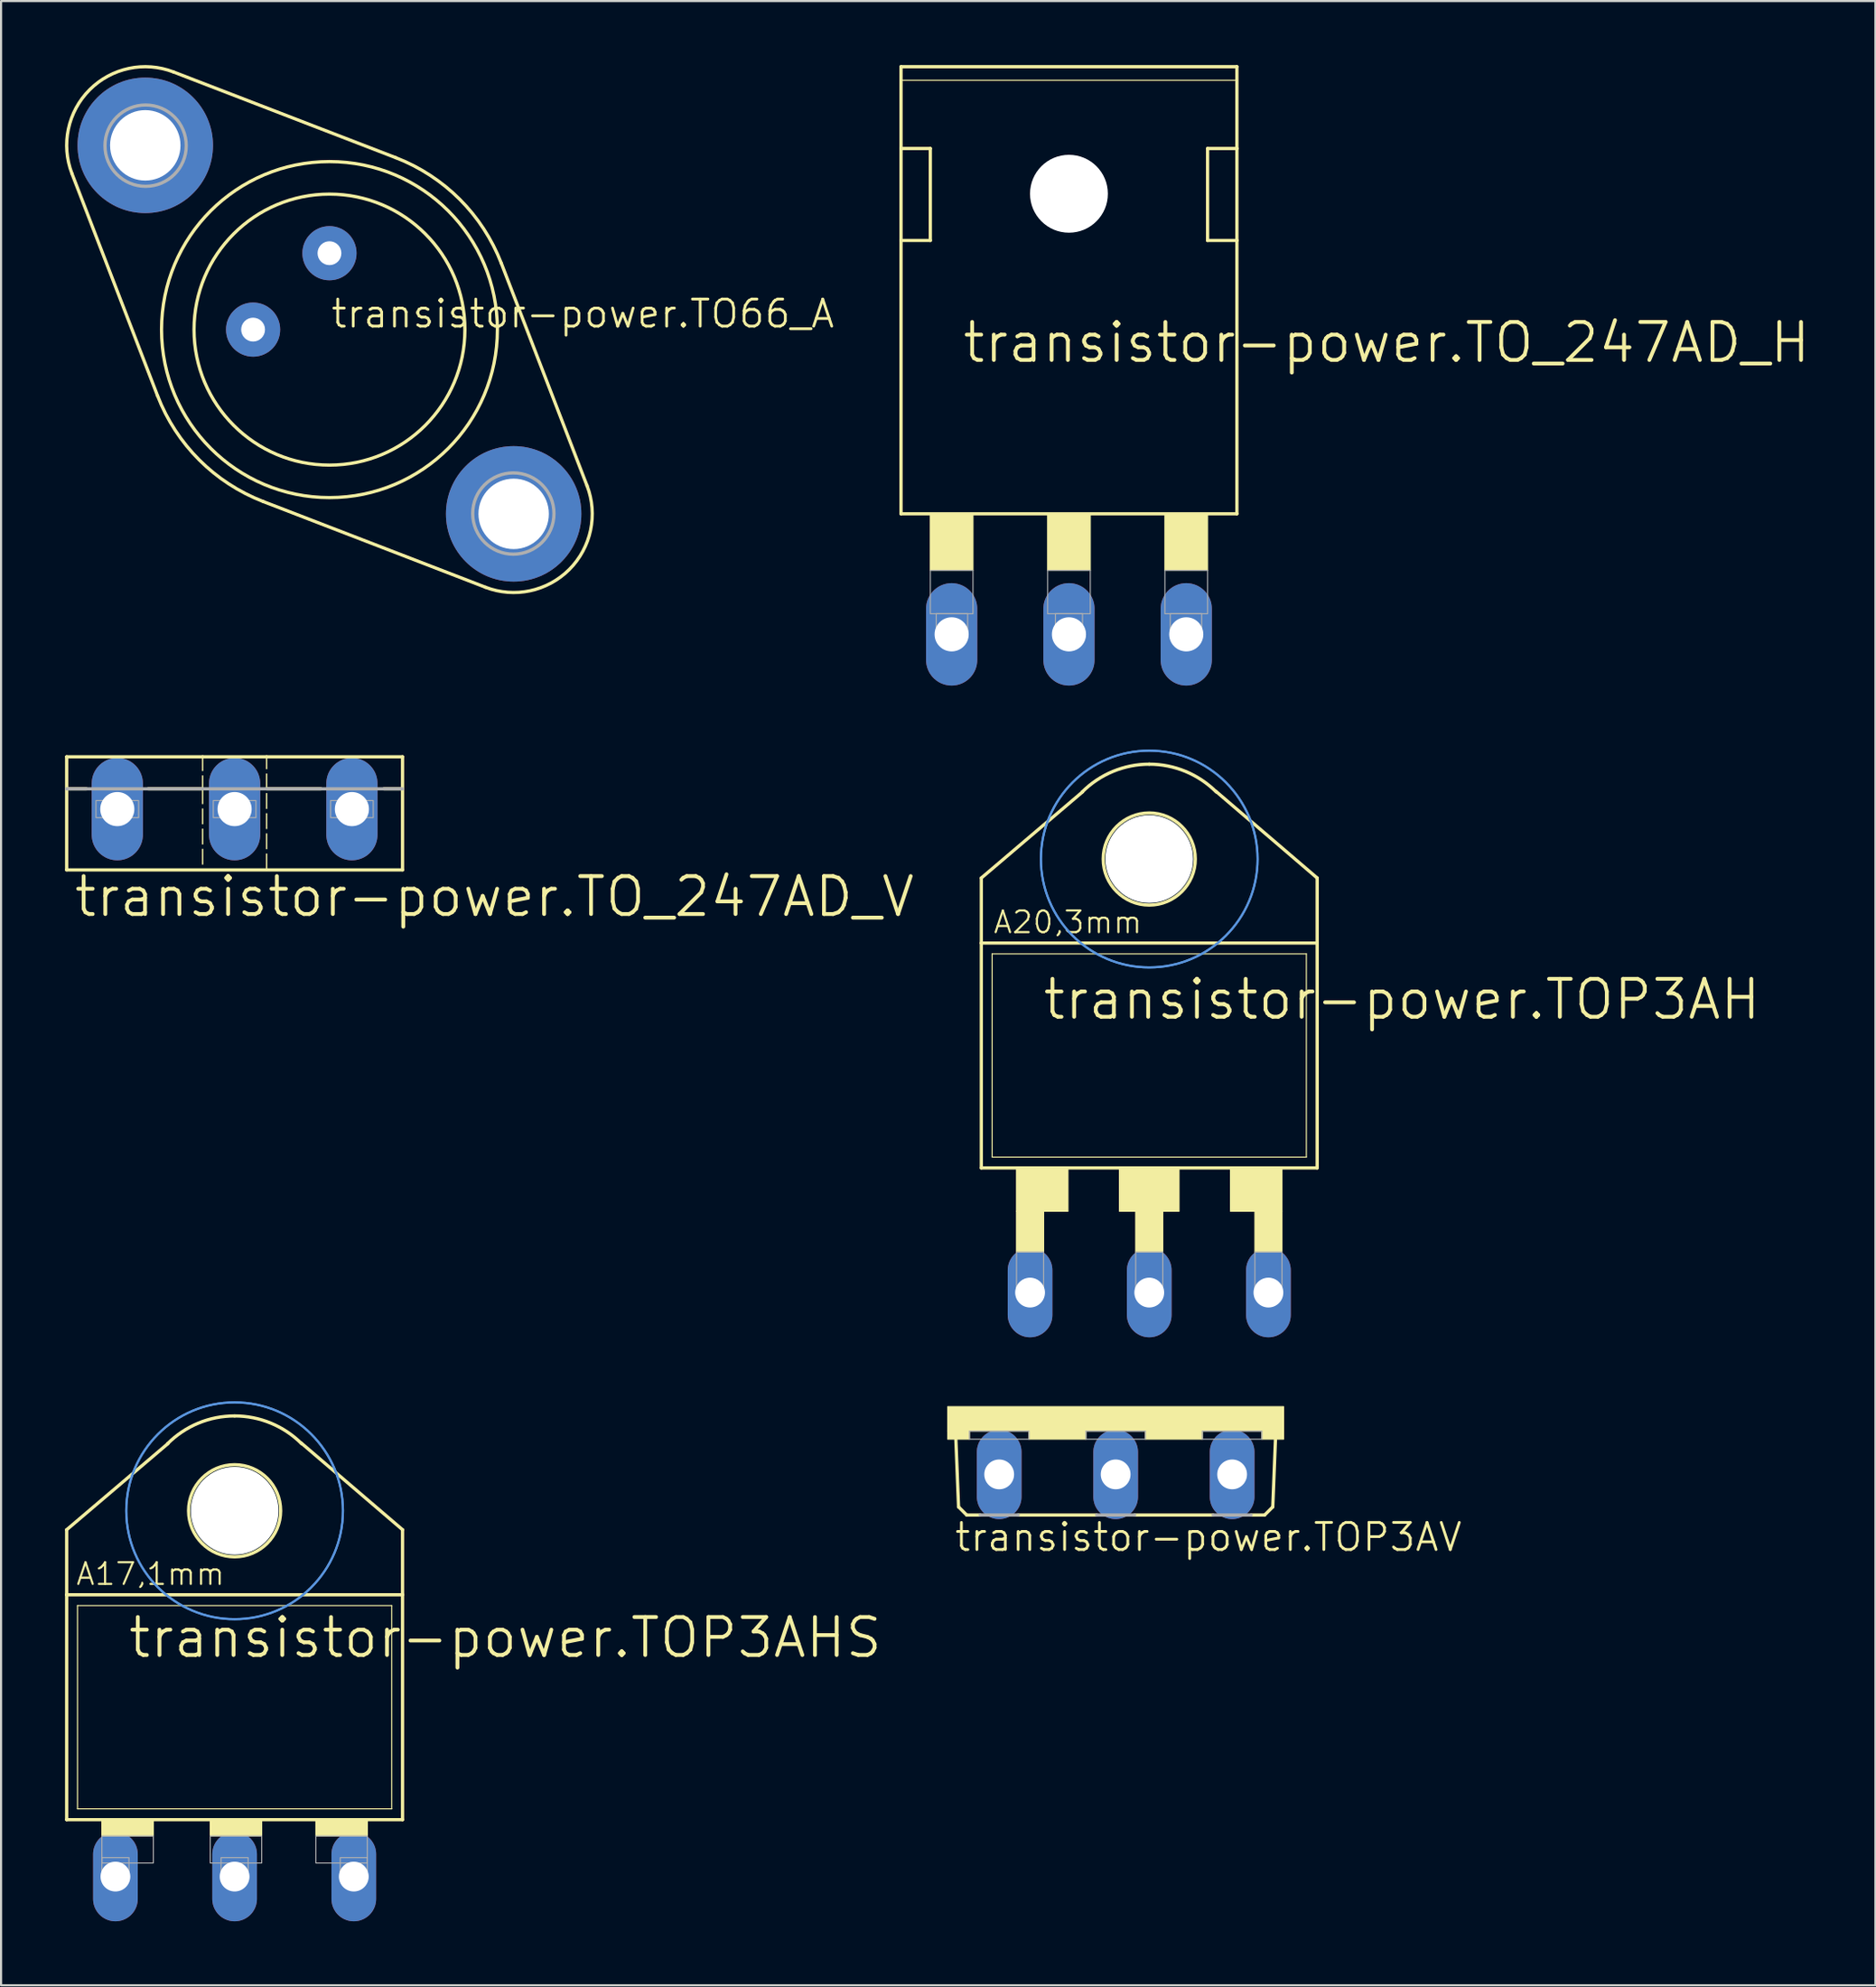
<source format=kicad_pcb>
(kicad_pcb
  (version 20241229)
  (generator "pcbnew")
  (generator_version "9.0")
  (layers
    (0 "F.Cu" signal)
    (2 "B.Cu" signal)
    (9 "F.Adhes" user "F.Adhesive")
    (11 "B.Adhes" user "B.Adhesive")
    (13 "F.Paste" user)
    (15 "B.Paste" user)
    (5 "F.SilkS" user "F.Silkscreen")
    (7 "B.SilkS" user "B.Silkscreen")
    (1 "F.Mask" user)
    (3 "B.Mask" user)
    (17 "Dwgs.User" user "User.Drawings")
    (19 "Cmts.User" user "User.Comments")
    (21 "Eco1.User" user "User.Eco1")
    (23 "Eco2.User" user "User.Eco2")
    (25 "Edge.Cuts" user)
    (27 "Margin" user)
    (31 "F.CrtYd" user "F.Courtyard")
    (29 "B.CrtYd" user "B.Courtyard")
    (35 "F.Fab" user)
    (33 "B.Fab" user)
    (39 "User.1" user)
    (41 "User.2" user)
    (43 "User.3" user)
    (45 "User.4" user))
  (footprint "transistor-power.TOP3AHS"
    (layer "F.Cu")
    (at 7.95 79.822)
    (property "Reference" "transistor-power.TOP3AHS" (at -5.08 -5.08 0) (layer "F.SilkS") (effects (font (size 1.778 1.778) (thickness 0.18)) (justify left bottom)))
    (attr through_hole)
    (fp_line (start -7.874 -11.176) (end -3.124 -15.215) (stroke (width 0.152) (type default)) (layer "F.SilkS"))
    (fp_line (start -7.874 -8.128) (end -7.874 -11.176) (stroke (width 0.152) (type default)) (layer "F.SilkS"))
    (fp_line (start -7.874 2.413) (end -7.874 -8.128) (stroke (width 0.152) (type default)) (layer "F.SilkS"))
    (fp_line (start -7.874 2.413) (end 7.874 2.413) (stroke (width 0.152) (type default)) (layer "F.SilkS"))
    (fp_line (start -7.366 1.905) (end -7.366 -7.62) (stroke (width 0.051) (type default)) (layer "F.SilkS"))
    (fp_line (start -7.366 1.905) (end 7.366 1.905) (stroke (width 0.051) (type default)) (layer "F.SilkS"))
    (fp_line (start 7.366 -7.62) (end -7.366 -7.62) (stroke (width 0.051) (type default)) (layer "F.SilkS"))
    (fp_line (start 7.366 -7.62) (end 7.366 1.905) (stroke (width 0.051) (type default)) (layer "F.SilkS"))
    (fp_line (start 7.874 -11.176) (end 3.124 -15.24) (stroke (width 0.152) (type default)) (layer "F.SilkS"))
    (fp_line (start 7.874 -8.128) (end -7.874 -8.128) (stroke (width 0.152) (type default)) (layer "F.SilkS"))
    (fp_line (start 7.874 -8.128) (end 7.874 -11.176) (stroke (width 0.152) (type default)) (layer "F.SilkS"))
    (fp_line (start 7.874 -8.128) (end 7.874 2.413) (stroke (width 0.152) (type default)) (layer "F.SilkS"))
    (fp_rect (start -6.223 3.175) (end -3.81 2.413) (stroke (width 0.05) (type default)) (fill yes) (layer "F.SilkS"))
    (fp_rect (start -1.143 3.175) (end 1.27 2.413) (stroke (width 0.05) (type default)) (fill yes) (layer "F.SilkS"))
    (fp_rect (start 3.81 3.175) (end 6.223 2.413) (stroke (width 0.05) (type default)) (fill yes) (layer "F.SilkS"))
    (fp_arc (start -3.1431 -15.2081) (mid -1.701032 -16.171651) (end 0 -16.51) (stroke (width 0.1524) (type default)) (layer "F.SilkS"))
    (fp_arc (start 0 -16.51) (mid 1.701032 -16.171651) (end 3.1431 -15.2081) (stroke (width 0.1524) (type default)) (layer "F.SilkS"))
    (fp_circle (center 0 -12.065) (end 2.159 -12.065) (stroke (width 0.152) (type default)) (fill no) (layer "F.SilkS"))
    (fp_circle (center 0 -12.065) (end 5.08 -12.065) (stroke (width 0.1) (type default)) (fill no) (layer "Cmts.User"))
    (fp_circle (center 0 -12.065) (end 5.08 -12.065) (stroke (width 0.1) (type default)) (fill no) (layer "Cmts.User"))
    (fp_rect (start -6.223 4.445) (end -3.81 3.175) (stroke (width 0.05) (type default)) (fill no) (layer "F.Fab"))
    (fp_rect (start -6.223 5.08) (end -4.953 4.191) (stroke (width 0.05) (type default)) (fill no) (layer "F.Fab"))
    (fp_rect (start -1.143 4.445) (end 1.27 3.175) (stroke (width 0.05) (type default)) (fill no) (layer "F.Fab"))
    (fp_rect (start -0.635 5.08) (end 0.635 4.191) (stroke (width 0.05) (type default)) (fill no) (layer "F.Fab"))
    (fp_rect (start 3.81 4.445) (end 6.223 3.175) (stroke (width 0.05) (type default)) (fill no) (layer "F.Fab"))
    (fp_rect (start 4.953 5.08) (end 6.223 4.191) (stroke (width 0.05) (type default)) (fill no) (layer "F.Fab"))
    (fp_text user "A17,1mm" (at -7.493 -8.509 0) (layer "F.SilkS") (effects (font (size 1.016 1.016) (thickness 0.1)) (justify left bottom)))
    (pad "" np_thru_hole circle (at 0 -12.065) (size 4.115 4.115) (drill 4.115) (layers "*.Cu" "*.Mask"))
    (pad "B" thru_hole oval (at -5.588 5.08 90) (size 4.191 2.095) (drill 1.397) (layers "*.Cu" "*.Mask"))
    (pad "C" thru_hole oval (at 0 5.08 90) (size 4.191 2.095) (drill 1.397) (layers "*.Cu" "*.Mask"))
    (pad "E" thru_hole oval (at 5.588 5.08 90) (size 4.191 2.095) (drill 1.397) (layers "*.Cu" "*.Mask")))
  (footprint "transistor-power.TO_247AD_H"
    (layer "F.Cu")
    (at 47.07 6.031)
    (property "Reference" "transistor-power.TO_247AD_H" (at -5.08 8.015 0) (layer "F.SilkS") (effects (font (size 1.778 1.778) (thickness 0.18)) (justify left bottom)))
    (attr through_hole)
    (fp_line (start -7.874 -2.121) (end -7.874 -5.955) (stroke (width 0.152) (type default)) (layer "F.SilkS"))
    (fp_line (start -7.874 -2.121) (end -6.5 -2.121) (stroke (width 0.152) (type default)) (layer "F.SilkS"))
    (fp_line (start -7.874 2.189) (end -7.874 -2.121) (stroke (width 0.152) (type default)) (layer "F.SilkS"))
    (fp_line (start -7.874 15) (end -7.874 2.189) (stroke (width 0.152) (type default)) (layer "F.SilkS"))
    (fp_line (start -7.874 15) (end 7.874 15) (stroke (width 0.152) (type default)) (layer "F.SilkS"))
    (fp_line (start -6.5 -2.121) (end -6.5 2.189) (stroke (width 0.152) (type default)) (layer "F.SilkS"))
    (fp_line (start -6.5 2.189) (end -7.874 2.189) (stroke (width 0.152) (type default)) (layer "F.SilkS"))
    (fp_line (start 6.5 -2.121) (end 6.5 2.189) (stroke (width 0.152) (type default)) (layer "F.SilkS"))
    (fp_line (start 6.5 2.189) (end 7.874 2.189) (stroke (width 0.152) (type default)) (layer "F.SilkS"))
    (fp_line (start 7.82 -5.32) (end -7.82 -5.32) (stroke (width 0.051) (type default)) (layer "F.SilkS"))
    (fp_line (start 7.874 -5.955) (end -7.874 -5.955) (stroke (width 0.152) (type default)) (layer "F.SilkS"))
    (fp_line (start 7.874 -5.955) (end 7.874 -2.121) (stroke (width 0.152) (type default)) (layer "F.SilkS"))
    (fp_line (start 7.874 -2.121) (end 6.5 -2.121) (stroke (width 0.152) (type default)) (layer "F.SilkS"))
    (fp_line (start 7.874 -2.121) (end 7.874 2.189) (stroke (width 0.152) (type default)) (layer "F.SilkS"))
    (fp_line (start 7.874 2.189) (end 7.874 15) (stroke (width 0.152) (type default)) (layer "F.SilkS"))
    (fp_rect (start -6.5 17.65) (end -4.5 15) (stroke (width 0.05) (type default)) (fill yes) (layer "F.SilkS"))
    (fp_rect (start -1 17.65) (end 1 15) (stroke (width 0.05) (type default)) (fill yes) (layer "F.SilkS"))
    (fp_rect (start 4.5 17.65) (end 6.5 15) (stroke (width 0.05) (type default)) (fill yes) (layer "F.SilkS"))
    (fp_rect (start -6.5 19.683) (end -4.5 17.65) (stroke (width 0.05) (type default)) (fill no) (layer "F.Fab"))
    (fp_rect (start -6.223 20.65) (end -4.75 19.683) (stroke (width 0.05) (type default)) (fill no) (layer "F.Fab"))
    (fp_rect (start -1 19.683) (end 1 17.651) (stroke (width 0.05) (type default)) (fill no) (layer "F.Fab"))
    (fp_rect (start -0.635 20.65) (end 0.635 19.683) (stroke (width 0.05) (type default)) (fill no) (layer "F.Fab"))
    (fp_rect (start 4.5 19.683) (end 6.5 17.651) (stroke (width 0.05) (type default)) (fill no) (layer "F.Fab"))
    (fp_rect (start 4.75 20.65) (end 6.223 19.683) (stroke (width 0.05) (type default)) (fill no) (layer "F.Fab"))
    (pad "" np_thru_hole circle (at 0 0) (size 3.65 3.65) (drill 3.65) (layers "*.Cu" "*.Mask"))
    (pad "D" thru_hole oval (at 0 20.65 90) (size 4.8 2.4) (drill 1.6) (layers "*.Cu" "*.Mask"))
    (pad "G" thru_hole oval (at -5.5 20.65 90) (size 4.8 2.4) (drill 1.6) (layers "*.Cu" "*.Mask"))
    (pad "S" thru_hole oval (at 5.5 20.65 90) (size 4.8 2.4) (drill 1.6) (layers "*.Cu" "*.Mask")))
  (footprint "transistor-power.TOP3AH"
    (layer "F.Cu")
    (at 50.835 49.911)
    (property "Reference" "transistor-power.TOP3AH" (at -5.08 -5.08 0) (layer "F.SilkS") (effects (font (size 1.778 1.778) (thickness 0.18)) (justify left bottom)))
    (attr through_hole)
    (fp_line (start -7.874 -11.811) (end -3.124 -15.85) (stroke (width 0.152) (type default)) (layer "F.SilkS"))
    (fp_line (start -7.874 -8.763) (end -7.874 -11.811) (stroke (width 0.152) (type default)) (layer "F.SilkS"))
    (fp_line (start -7.874 1.778) (end -7.874 -8.763) (stroke (width 0.152) (type default)) (layer "F.SilkS"))
    (fp_line (start -7.874 1.778) (end 7.874 1.778) (stroke (width 0.152) (type default)) (layer "F.SilkS"))
    (fp_line (start -7.366 1.27) (end -7.366 -8.255) (stroke (width 0.051) (type default)) (layer "F.SilkS"))
    (fp_line (start -7.366 1.27) (end 7.366 1.27) (stroke (width 0.051) (type default)) (layer "F.SilkS"))
    (fp_line (start 7.366 -8.255) (end -7.366 -8.255) (stroke (width 0.051) (type default)) (layer "F.SilkS"))
    (fp_line (start 7.366 -8.255) (end 7.366 1.27) (stroke (width 0.051) (type default)) (layer "F.SilkS"))
    (fp_line (start 7.874 -11.811) (end 3.124 -15.875) (stroke (width 0.152) (type default)) (layer "F.SilkS"))
    (fp_line (start 7.874 -8.763) (end -7.874 -8.763) (stroke (width 0.152) (type default)) (layer "F.SilkS"))
    (fp_line (start 7.874 -8.763) (end 7.874 -11.811) (stroke (width 0.152) (type default)) (layer "F.SilkS"))
    (fp_line (start 7.874 -8.763) (end 7.874 1.778) (stroke (width 0.152) (type default)) (layer "F.SilkS"))
    (fp_rect (start -6.223 3.81) (end -3.81 1.778) (stroke (width 0.05) (type default)) (fill yes) (layer "F.SilkS"))
    (fp_rect (start -6.223 5.715) (end -4.953 3.81) (stroke (width 0.05) (type default)) (fill yes) (layer "F.SilkS"))
    (fp_rect (start -1.397 3.81) (end 1.397 1.778) (stroke (width 0.05) (type default)) (fill yes) (layer "F.SilkS"))
    (fp_rect (start -0.635 5.715) (end 0.635 3.81) (stroke (width 0.05) (type default)) (fill yes) (layer "F.SilkS"))
    (fp_rect (start 3.81 3.81) (end 6.223 1.778) (stroke (width 0.05) (type default)) (fill yes) (layer "F.SilkS"))
    (fp_rect (start 4.953 5.715) (end 6.223 3.81) (stroke (width 0.05) (type default)) (fill yes) (layer "F.SilkS"))
    (fp_arc (start -3.1431 -15.8431) (mid -1.701032 -16.806651) (end 0 -17.145) (stroke (width 0.1524) (type default)) (layer "F.SilkS"))
    (fp_arc (start 0 -17.145) (mid 1.701032 -16.806651) (end 3.1431 -15.8431) (stroke (width 0.1524) (type default)) (layer "F.SilkS"))
    (fp_circle (center 0 -12.7) (end 2.159 -12.7) (stroke (width 0.152) (type default)) (fill no) (layer "F.SilkS"))
    (fp_circle (center 0 -12.7) (end 5.08 -12.7) (stroke (width 0.1) (type default)) (fill no) (layer "Cmts.User"))
    (fp_circle (center 0 -12.7) (end 5.08 -12.7) (stroke (width 0.1) (type default)) (fill no) (layer "Cmts.User"))
    (fp_rect (start -6.223 7.62) (end -4.953 5.715) (stroke (width 0.05) (type default)) (fill no) (layer "F.Fab"))
    (fp_rect (start -0.635 7.62) (end 0.635 5.715) (stroke (width 0.05) (type default)) (fill no) (layer "F.Fab"))
    (fp_rect (start 4.953 7.62) (end 6.223 5.715) (stroke (width 0.05) (type default)) (fill no) (layer "F.Fab"))
    (fp_text user "A20,3mm" (at -7.366 -9.144 0) (layer "F.SilkS") (effects (font (size 1.016 1.016) (thickness 0.1)) (justify left bottom)))
    (pad "" np_thru_hole circle (at 0 -12.7) (size 4.115 4.115) (drill 4.115) (layers "*.Cu" "*.Mask"))
    (pad "B" thru_hole oval (at -5.588 7.62 90) (size 4.191 2.095) (drill 1.397) (layers "*.Cu" "*.Mask"))
    (pad "C" thru_hole oval (at 0 7.62 90) (size 4.191 2.095) (drill 1.397) (layers "*.Cu" "*.Mask"))
    (pad "E" thru_hole oval (at 5.588 7.62 90) (size 4.191 2.095) (drill 1.397) (layers "*.Cu" "*.Mask")))
  (footprint "transistor-power.TO_247AD_V"
    (layer "F.Cu")
    (at 7.95 32.331)
    (property "Reference" "transistor-power.TO_247AD_V" (at -7.62 7.685 0) (layer "F.SilkS") (effects (font (size 1.778 1.778) (thickness 0.18)) (justify left bottom)))
    (attr through_hole)
    (fp_line (start -7.874 0.09) (end -7.874 5.39) (stroke (width 0.152) (type default)) (layer "F.SilkS"))
    (fp_line (start -7.874 0.09) (end 7.874 0.09) (stroke (width 0.152) (type default)) (layer "F.SilkS"))
    (fp_line (start -7.874 5.39) (end 7.874 5.39) (stroke (width 0.152) (type default)) (layer "F.SilkS"))
    (fp_line (start -7.8 1.59) (end -6.95 1.59) (stroke (width 0.152) (type default)) (layer "F.SilkS"))
    (fp_line (start -4.05 1.59) (end -1.5 1.59) (stroke (width 0.152) (type default)) (layer "F.SilkS"))
    (fp_line (start -1.5 0.04) (end -1.5 1.59) (stroke (width 0.063) (type dash)) (layer "F.SilkS"))
    (fp_line (start -1.5 1.59) (end -1.5 5.34) (stroke (width 0.063) (type dash)) (layer "F.SilkS"))
    (fp_line (start 1.5 1.59) (end 1.5 0.04) (stroke (width 0.063) (type dash)) (layer "F.SilkS"))
    (fp_line (start 1.5 1.59) (end 4.05 1.59) (stroke (width 0.152) (type default)) (layer "F.SilkS"))
    (fp_line (start 1.5 5.34) (end 1.5 1.59) (stroke (width 0.063) (type dash)) (layer "F.SilkS"))
    (fp_line (start 7 1.59) (end 7.85 1.59) (stroke (width 0.152) (type default)) (layer "F.SilkS"))
    (fp_line (start 7.874 5.39) (end 7.874 0.09) (stroke (width 0.152) (type default)) (layer "F.SilkS"))
    (fp_line (start -7.874 1.59) (end 7.874 1.59) (stroke (width 0.152) (type default)) (layer "F.Fab"))
    (fp_rect (start -6.5 2.94) (end -4.5 2.14) (stroke (width 0.05) (type default)) (fill no) (layer "F.Fab"))
    (fp_rect (start -1 2.94) (end 1 2.14) (stroke (width 0.05) (type default)) (fill no) (layer "F.Fab"))
    (fp_rect (start 4.5 2.94) (end 6.5 2.14) (stroke (width 0.05) (type default)) (fill no) (layer "F.Fab"))
    (pad "D" thru_hole oval (at 0 2.54 90) (size 4.8 2.4) (drill 1.6) (layers "*.Cu" "*.Mask"))
    (pad "G" thru_hole oval (at -5.5 2.54 90) (size 4.8 2.4) (drill 1.6) (layers "*.Cu" "*.Mask"))
    (pad "S" thru_hole oval (at 5.5 2.54 90) (size 4.8 2.4) (drill 1.6) (layers "*.Cu" "*.Mask")))
  (footprint "transistor-power.TO66_A"
    (layer "F.Cu")
    (at 12.398 12.398)
    (property "Reference" "transistor-power.TO66_A" (at 0 0 0) (layer "F.SilkS") (effects (font (size 1.27 1.27) (thickness 0.13)) (justify left bottom)))
    (attr through_hole)
    (fp_line (start -8.058 3.107) (end -12.075 -7.314) (stroke (width 0.152) (type default)) (layer "F.SilkS"))
    (fp_line (start -3.107 8.058) (end 7.314 12.075) (stroke (width 0.152) (type default)) (layer "F.SilkS"))
    (fp_line (start 3.107 -8.058) (end -7.314 -12.075) (stroke (width 0.152) (type default)) (layer "F.SilkS"))
    (fp_line (start 8.058 -3.107) (end 12.075 7.314) (stroke (width 0.152) (type default)) (layer "F.SilkS"))
    (fp_arc (start -12.0755 -7.3141) (mid -11.243312 -11.243312) (end -7.3141 -12.0755) (stroke (width 0.1524) (type default)) (layer "F.SilkS"))
    (fp_arc (start -3.1066 8.0578) (mid -6.106577 6.106537) (end -8.0579 3.1066) (stroke (width 0.1524) (type default)) (layer "F.SilkS"))
    (fp_arc (start 3.1066 -8.0579) (mid 6.106643 -6.106604) (end 8.058 -3.1066) (stroke (width 0.1524) (type default)) (layer "F.SilkS"))
    (fp_arc (start 12.0755 7.3141) (mid 11.243312 11.243312) (end 7.3141 12.0755) (stroke (width 0.1524) (type default)) (layer "F.SilkS"))
    (fp_circle (center 0 0) (end 6.35 0) (stroke (width 0.152) (type default)) (fill no) (layer "F.SilkS"))
    (fp_circle (center 0 0) (end 7.874 0) (stroke (width 0.152) (type default)) (fill no) (layer "F.SilkS"))
    (fp_circle (center -8.621 -8.621) (end -6.716 -8.621) (stroke (width 0.152) (type default)) (fill no) (layer "F.Fab"))
    (fp_circle (center 8.621 8.621) (end 10.526 8.621) (stroke (width 0.152) (type default)) (fill no) (layer "F.Fab"))
    (pad "B" thru_hole circle (at 0 -3.581) (size 2.54 2.54) (drill 1.118) (layers "*.Cu" "*.Mask"))
    (pad "C" thru_hole circle (at 8.636 8.636) (size 6.35 6.35) (drill 3.302) (layers "*.Cu" "*.Mask"))
    (pad "C1" thru_hole circle (at -8.636 -8.636) (size 6.35 6.35) (drill 3.302) (layers "*.Cu" "*.Mask"))
    (pad "E" thru_hole circle (at -3.581 0) (size 2.54 2.54) (drill 1.118) (layers "*.Cu" "*.Mask")))
  (footprint "transistor-power.TOP3AV"
    (layer "F.Cu")
    (at 49.26 62.877)
    (property "Reference" "transistor-power.TOP3AV" (at -7.62 6.858 0) (layer "F.SilkS") (effects (font (size 1.27 1.27) (thickness 0.13)) (justify left bottom)))
    (attr through_hole)
    (fp_line (start -7.366 4.699) (end -7.493 1.524) (stroke (width 0.152) (type default)) (layer "F.SilkS"))
    (fp_line (start -6.985 5.08) (end -7.366 4.699) (stroke (width 0.152) (type default)) (layer "F.SilkS"))
    (fp_line (start -6.35 5.08) (end -6.985 5.08) (stroke (width 0.152) (type default)) (layer "F.SilkS"))
    (fp_line (start -0.889 5.08) (end -4.572 5.08) (stroke (width 0.152) (type default)) (layer "F.SilkS"))
    (fp_line (start 4.572 5.08) (end 0.889 5.08) (stroke (width 0.152) (type default)) (layer "F.SilkS"))
    (fp_line (start 6.985 5.08) (end 6.35 5.08) (stroke (width 0.152) (type default)) (layer "F.SilkS"))
    (fp_line (start 6.985 5.08) (end 7.366 4.699) (stroke (width 0.152) (type default)) (layer "F.SilkS"))
    (fp_line (start 7.366 4.699) (end 7.493 1.524) (stroke (width 0.152) (type default)) (layer "F.SilkS"))
    (fp_rect (start -7.874 1.143) (end 7.874 0) (stroke (width 0.05) (type default)) (fill yes) (layer "F.SilkS"))
    (fp_rect (start -7.874 1.524) (end -6.858 1.143) (stroke (width 0.05) (type default)) (fill yes) (layer "F.SilkS"))
    (fp_rect (start -4.064 1.524) (end -1.397 1.143) (stroke (width 0.05) (type default)) (fill yes) (layer "F.SilkS"))
    (fp_rect (start 1.397 1.524) (end 4.064 1.143) (stroke (width 0.05) (type default)) (fill yes) (layer "F.SilkS"))
    (fp_rect (start 6.858 1.524) (end 7.874 1.143) (stroke (width 0.05) (type default)) (fill yes) (layer "F.SilkS"))
    (fp_line (start -4.572 5.08) (end -6.35 5.08) (stroke (width 0.152) (type default)) (layer "F.Fab"))
    (fp_line (start 0.889 5.08) (end -0.889 5.08) (stroke (width 0.152) (type default)) (layer "F.Fab"))
    (fp_line (start 6.35 5.08) (end 4.572 5.08) (stroke (width 0.152) (type default)) (layer "F.Fab"))
    (fp_rect (start -6.858 1.524) (end -4.064 1.143) (stroke (width 0.05) (type default)) (fill no) (layer "F.Fab"))
    (fp_rect (start -1.397 1.524) (end 1.397 1.143) (stroke (width 0.05) (type default)) (fill no) (layer "F.Fab"))
    (fp_rect (start 4.064 1.524) (end 6.858 1.143) (stroke (width 0.05) (type default)) (fill no) (layer "F.Fab"))
    (pad "B" thru_hole oval (at -5.461 3.175 90) (size 4.191 2.095) (drill 1.397) (layers "*.Cu" "*.Mask"))
    (pad "C" thru_hole oval (at 0 3.175 90) (size 4.191 2.095) (drill 1.397) (layers "*.Cu" "*.Mask"))
    (pad "E" thru_hole oval (at 5.461 3.175 90) (size 4.191 2.095) (drill 1.397) (layers "*.Cu" "*.Mask")))
  (gr_rect
    (start -3 -3)
    (end 84.883 89.997)
    (stroke (width 0.1) (type default))
    (fill no)
    (layer "Edge.Cuts")))
</source>
